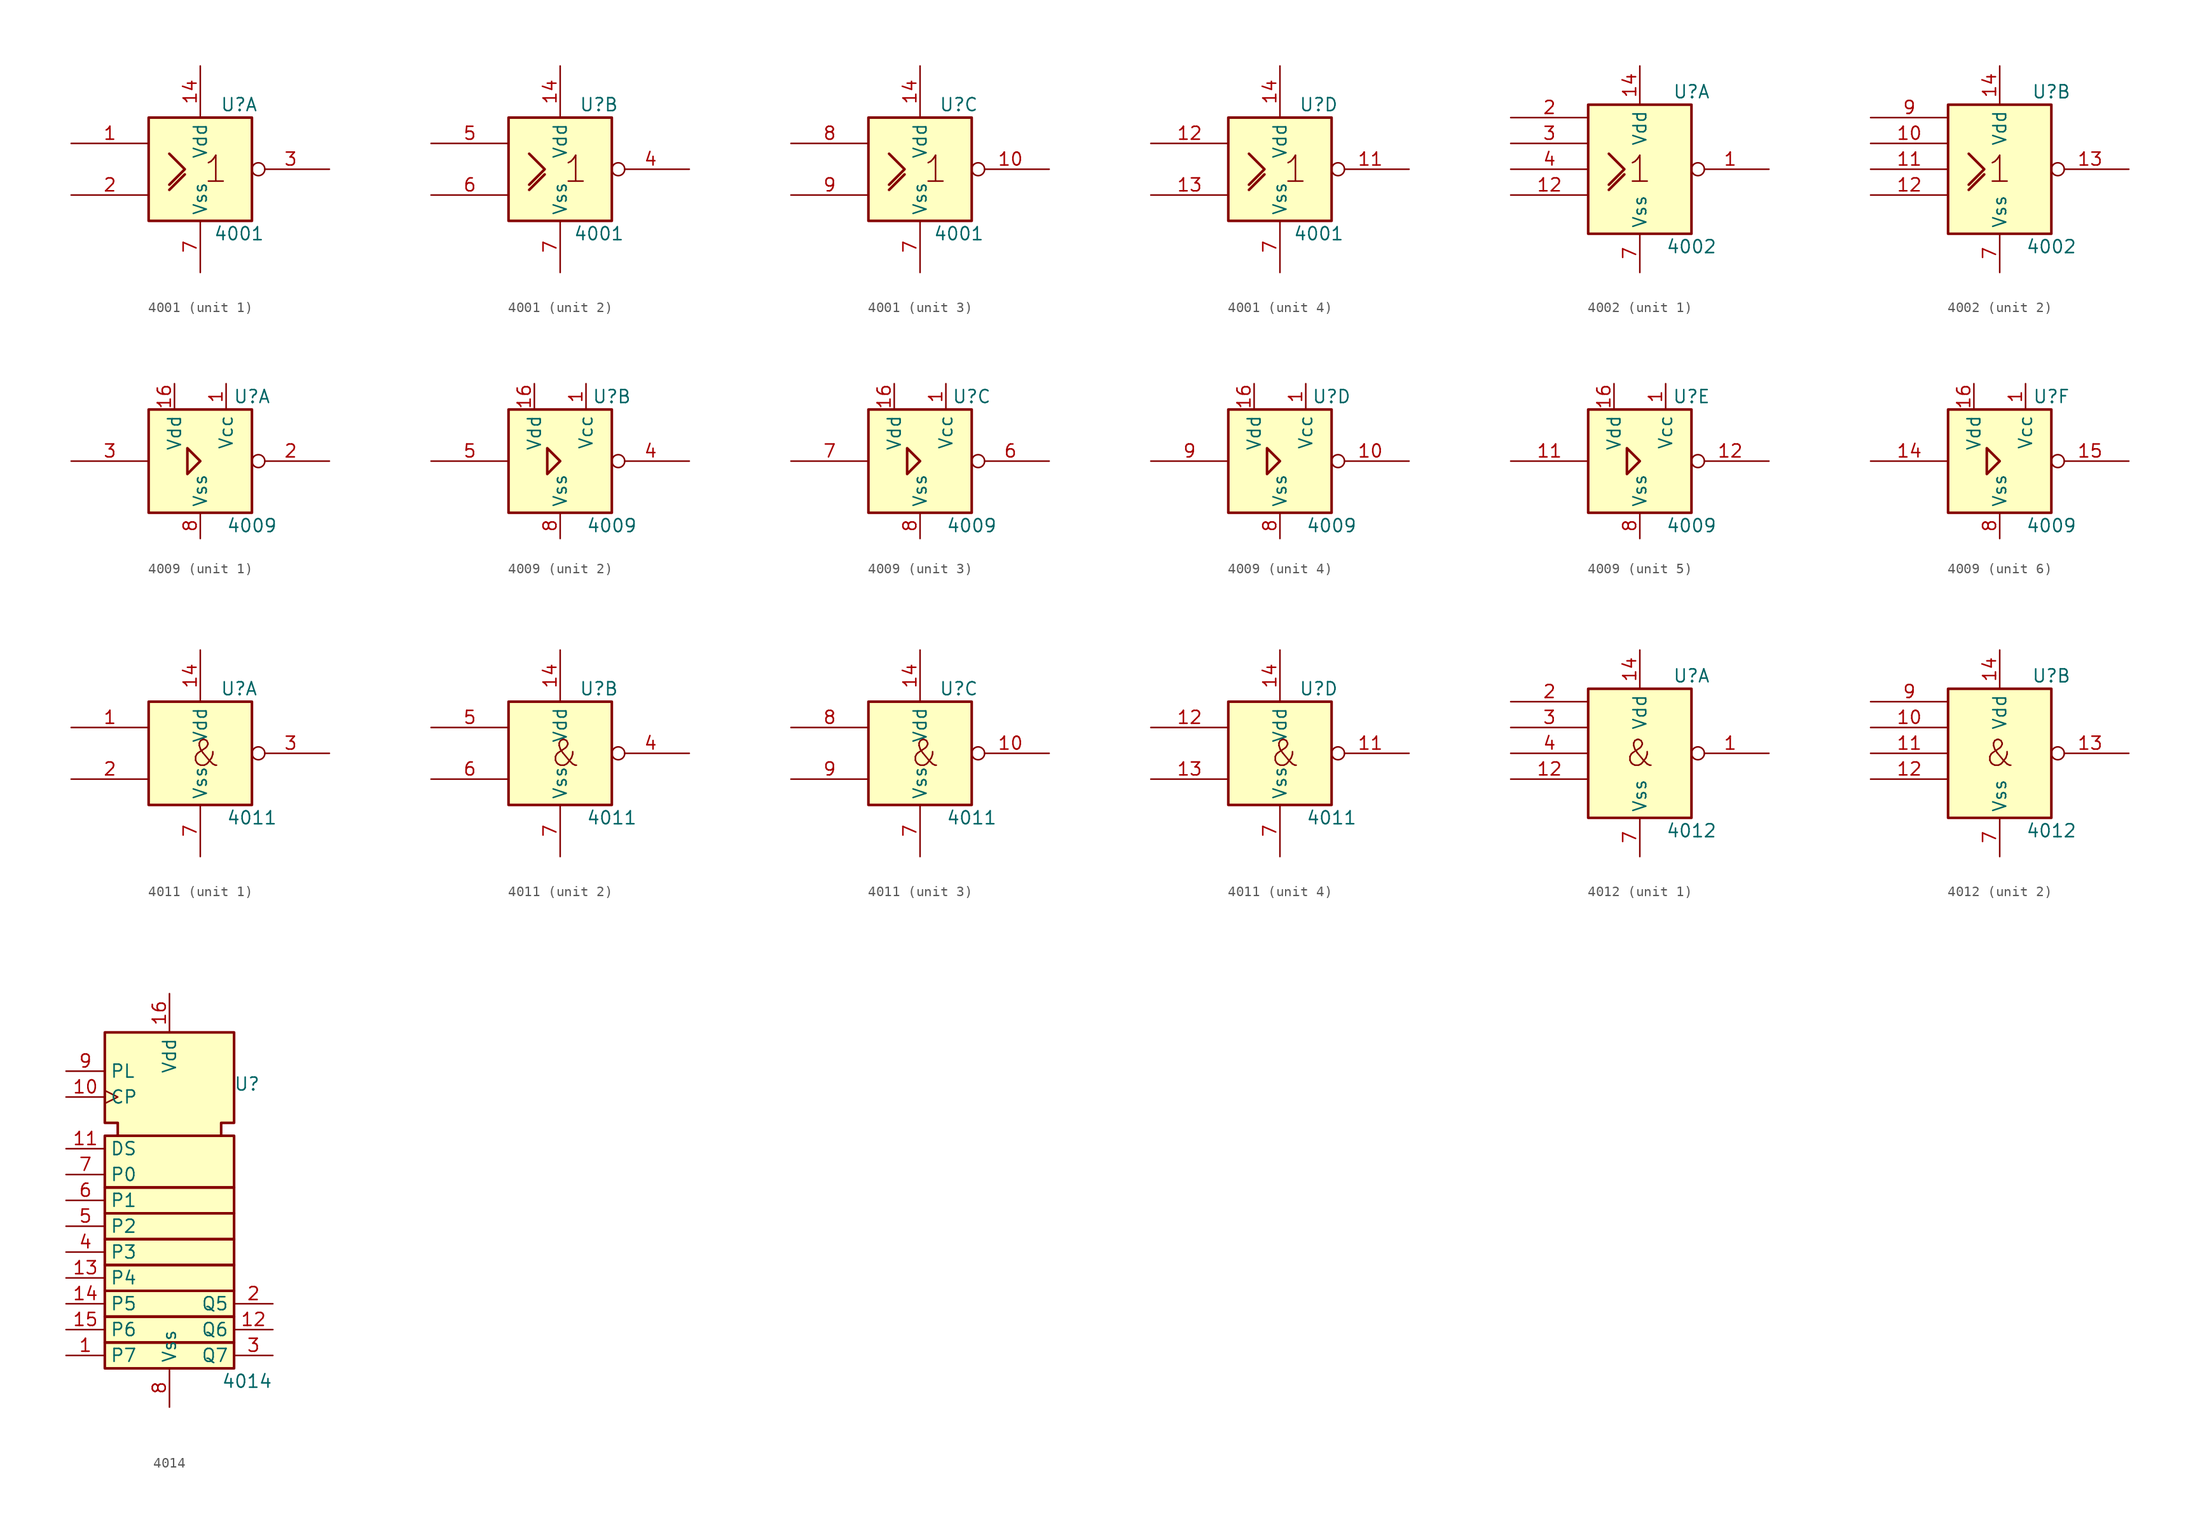
<source format=kicad_sym>
(kicad_symbol_lib
  (version 20241209)
  (generator "kicad_symbol_editor")
  (generator_version "9.0")
  (symbol "4001"
    (property "Reference" "U"
      (at 3.81 6.35 0)
      (effects (font (size 1.27 1.27))))
    (property "Value" "4001"
      (at 3.81 -6.35 0)
      (effects (font (size 1.27 1.27))))
    (symbol "4001_0_0"
      (rectangle (start -5.08 5.08) (end 5.08 -5.08) (stroke (width 0.254) (type default)) (fill (type background)))
      (text "1" (at 1.524 0 0) (effects (font (size 2.54 2.54))))
      (pin power_in line (at 0 10.16 270) (length 5.08) (name "Vdd" (effects (font (size 1.27 1.27)))) (number "14" (effects (font (size 1.27 1.27)))))
      (pin power_in line (at 0 -10.16 90) (length 5.08) (name "Vss" (effects (font (size 1.27 1.27)))) (number "7" (effects (font (size 1.27 1.27))))))
    (symbol "4001_0_1"
      (polyline (pts (xy -3.048 1.524) (xy -1.524 0) (xy -3.048 -1.524) (xy -3.048 -1.524)) (stroke (width 0.254) (type default)) (fill (type background)))
      (polyline (pts (xy -3.048 -2.032) (xy -1.524 -0.508) (xy -1.524 -0.508)) (stroke (width 0.254) (type default)) (fill (type background))))
    (symbol "4001_1_1"
      (pin input line (at -12.7 2.54 0) (length 7.62) (name "~" (effects (font (size 1.27 1.27)))) (number "1" (effects (font (size 1.27 1.27)))))
      (pin input line (at -12.7 -2.54 0) (length 7.62) (name "~" (effects (font (size 1.27 1.27)))) (number "2" (effects (font (size 1.27 1.27)))))
      (pin output inverted (at 12.7 0 180) (length 7.62) (name "~" (effects (font (size 1.27 1.27)))) (number "3" (effects (font (size 1.27 1.27))))))
    (symbol "4001_2_1"
      (pin input line (at -12.7 2.54 0) (length 7.62) (name "~" (effects (font (size 1.27 1.27)))) (number "5" (effects (font (size 1.27 1.27)))))
      (pin input line (at -12.7 -2.54 0) (length 7.62) (name "~" (effects (font (size 1.27 1.27)))) (number "6" (effects (font (size 1.27 1.27)))))
      (pin output inverted (at 12.7 0 180) (length 7.62) (name "~" (effects (font (size 1.27 1.27)))) (number "4" (effects (font (size 1.27 1.27))))))
    (symbol "4001_3_1"
      (pin input line (at -12.7 2.54 0) (length 7.62) (name "~" (effects (font (size 1.27 1.27)))) (number "8" (effects (font (size 1.27 1.27)))))
      (pin input line (at -12.7 -2.54 0) (length 7.62) (name "~" (effects (font (size 1.27 1.27)))) (number "9" (effects (font (size 1.27 1.27)))))
      (pin output inverted (at 12.7 0 180) (length 7.62) (name "~" (effects (font (size 1.27 1.27)))) (number "10" (effects (font (size 1.27 1.27))))))
    (symbol "4001_4_1"
      (pin input line (at -12.7 2.54 0) (length 7.62) (name "~" (effects (font (size 1.27 1.27)))) (number "12" (effects (font (size 1.27 1.27)))))
      (pin input line (at -12.7 -2.54 0) (length 7.62) (name "~" (effects (font (size 1.27 1.27)))) (number "13" (effects (font (size 1.27 1.27)))))
      (pin output inverted (at 12.7 0 180) (length 7.62) (name "~" (effects (font (size 1.27 1.27)))) (number "11" (effects (font (size 1.27 1.27)))))))
  (symbol "4002"
    (property "Reference" "U"
      (at 5.08 7.62 0)
      (effects (font (size 1.27 1.27))))
    (property "Value" "4002"
      (at 5.08 -7.62 0)
      (effects (font (size 1.27 1.27))))
    (symbol "4002_0_0"
      (polyline (pts (xy -3.048 1.524) (xy -1.524 0) (xy -3.048 -1.524) (xy -3.048 -1.524)) (stroke (width 0.254) (type default)) (fill (type background)))
      (polyline (pts (xy -3.048 -2.032) (xy -1.524 -0.508) (xy -1.524 -0.508)) (stroke (width 0.254) (type default)) (fill (type background)))
      (text "1" (at 0 0 0) (effects (font (size 2.54 2.54)))))
    (symbol "4002_0_1"
      (rectangle (start -5.08 6.35) (end 5.08 -6.35) (stroke (width 0.254) (type default)) (fill (type background)))
      (pin power_in line (at 0 10.16 270) (length 3.81) (name "Vdd" (effects (font (size 1.27 1.27)))) (number "14" (effects (font (size 1.27 1.27)))))
      (pin power_in line (at 0 -10.16 90) (length 3.81) (name "Vss" (effects (font (size 1.27 1.27)))) (number "7" (effects (font (size 1.27 1.27))))))
    (symbol "4002_1_1"
      (pin input line (at -12.7 5.08 0) (length 7.62) (name "~" (effects (font (size 1.27 1.27)))) (number "2" (effects (font (size 1.27 1.27)))))
      (pin input line (at -12.7 2.54 0) (length 7.62) (name "~" (effects (font (size 1.27 1.27)))) (number "3" (effects (font (size 1.27 1.27)))))
      (pin input line (at -12.7 0 0) (length 7.62) (name "~" (effects (font (size 1.27 1.27)))) (number "4" (effects (font (size 1.27 1.27)))))
      (pin input line (at -12.7 -2.54 0) (length 7.62) (name "~" (effects (font (size 1.27 1.27)))) (number "12" (effects (font (size 1.27 1.27)))))
      (pin output inverted (at 12.7 0 180) (length 7.62) (name "~" (effects (font (size 1.27 1.27)))) (number "1" (effects (font (size 1.27 1.27))))))
    (symbol "4002_2_1"
      (pin input line (at -12.7 5.08 0) (length 7.62) (name "~" (effects (font (size 1.27 1.27)))) (number "9" (effects (font (size 1.27 1.27)))))
      (pin input line (at -12.7 2.54 0) (length 7.62) (name "~" (effects (font (size 1.27 1.27)))) (number "10" (effects (font (size 1.27 1.27)))))
      (pin input line (at -12.7 0 0) (length 7.62) (name "~" (effects (font (size 1.27 1.27)))) (number "11" (effects (font (size 1.27 1.27)))))
      (pin input line (at -12.7 -2.54 0) (length 7.62) (name "~" (effects (font (size 1.27 1.27)))) (number "12" (effects (font (size 1.27 1.27)))))
      (pin output inverted (at 12.7 0 180) (length 7.62) (name "~" (effects (font (size 1.27 1.27)))) (number "13" (effects (font (size 1.27 1.27)))))))
  (symbol "4009"
    (property "Reference" "U"
      (at 5.08 6.35 0)
      (effects (font (size 1.27 1.27))))
    (property "Value" "4009"
      (at 5.08 -6.35 0)
      (effects (font (size 1.27 1.27))))
    (symbol "4009_0_0"
      (rectangle (start -5.08 5.08) (end 5.08 -5.08) (stroke (width 0.254) (type default)) (fill (type background)))
      (polyline (pts (xy -1.27 1.27) (xy -1.27 -1.27) (xy 0 0) (xy -1.27 1.27) (xy -1.27 1.27)) (stroke (width 0.254) (type default)) (fill (type background))))
    (symbol "4009_0_1"
      (pin power_in line (at -2.54 7.62 270) (length 2.54) (name "Vdd" (effects (font (size 1.27 1.27)))) (number "16" (effects (font (size 1.27 1.27)))))
      (pin power_in line (at 0 -7.62 90) (length 2.54) (name "Vss" (effects (font (size 1.27 1.27)))) (number "8" (effects (font (size 1.27 1.27)))))
      (pin power_in line (at 2.54 7.62 270) (length 2.54) (name "Vcc" (effects (font (size 1.27 1.27)))) (number "1" (effects (font (size 1.27 1.27))))))
    (symbol "4009_1_1"
      (pin input line (at -12.7 0 0) (length 7.62) (name "~" (effects (font (size 1.27 1.27)))) (number "3" (effects (font (size 1.27 1.27)))))
      (pin output inverted (at 12.7 0 180) (length 7.62) (name "~" (effects (font (size 1.27 1.27)))) (number "2" (effects (font (size 1.27 1.27))))))
    (symbol "4009_2_1"
      (pin input line (at -12.7 0 0) (length 7.62) (name "~" (effects (font (size 1.27 1.27)))) (number "5" (effects (font (size 1.27 1.27)))))
      (pin output inverted (at 12.7 0 180) (length 7.62) (name "~" (effects (font (size 1.27 1.27)))) (number "4" (effects (font (size 1.27 1.27))))))
    (symbol "4009_3_1"
      (pin input line (at -12.7 0 0) (length 7.62) (name "~" (effects (font (size 1.27 1.27)))) (number "7" (effects (font (size 1.27 1.27)))))
      (pin output inverted (at 12.7 0 180) (length 7.62) (name "~" (effects (font (size 1.27 1.27)))) (number "6" (effects (font (size 1.27 1.27))))))
    (symbol "4009_4_1"
      (pin input line (at -12.7 0 0) (length 7.62) (name "~" (effects (font (size 1.27 1.27)))) (number "9" (effects (font (size 1.27 1.27)))))
      (pin output inverted (at 12.7 0 180) (length 7.62) (name "~" (effects (font (size 1.27 1.27)))) (number "10" (effects (font (size 1.27 1.27))))))
    (symbol "4009_5_1"
      (pin input line (at -12.7 0 0) (length 7.62) (name "~" (effects (font (size 1.27 1.27)))) (number "11" (effects (font (size 1.27 1.27)))))
      (pin output inverted (at 12.7 0 180) (length 7.62) (name "~" (effects (font (size 1.27 1.27)))) (number "12" (effects (font (size 1.27 1.27))))))
    (symbol "4009_6_1"
      (pin input line (at -12.7 0 0) (length 7.62) (name "~" (effects (font (size 1.27 1.27)))) (number "14" (effects (font (size 1.27 1.27)))))
      (pin output inverted (at 12.7 0 180) (length 7.62) (name "~" (effects (font (size 1.27 1.27)))) (number "15" (effects (font (size 1.27 1.27)))))))
  (symbol "4011"
    (property "Reference" "U"
      (at 3.81 6.35 0)
      (effects (font (size 1.27 1.27))))
    (property "Value" "4011"
      (at 5.08 -6.35 0)
      (effects (font (size 1.27 1.27))))
    (symbol "4011_0_0"
      (rectangle (start -5.08 5.08) (end 5.08 -5.08) (stroke (width 0.254) (type default)) (fill (type background)))
      (text "&" (at 0.508 0 0) (effects (font (size 2.54 2.54)))))
    (symbol "4011_0_1"
      (pin power_in line (at 0 10.16 270) (length 5.08) (name "Vdd" (effects (font (size 1.27 1.27)))) (number "14" (effects (font (size 1.27 1.27)))))
      (pin power_in line (at 0 -10.16 90) (length 5.08) (name "Vss" (effects (font (size 1.27 1.27)))) (number "7" (effects (font (size 1.27 1.27))))))
    (symbol "4011_1_1"
      (pin input line (at -12.7 2.54 0) (length 7.62) (name "~" (effects (font (size 1.27 1.27)))) (number "1" (effects (font (size 1.27 1.27)))))
      (pin input line (at -12.7 -2.54 0) (length 7.62) (name "~" (effects (font (size 1.27 1.27)))) (number "2" (effects (font (size 1.27 1.27)))))
      (pin output inverted (at 12.7 0 180) (length 7.62) (name "~" (effects (font (size 1.27 1.27)))) (number "3" (effects (font (size 1.27 1.27))))))
    (symbol "4011_2_1"
      (pin input line (at -12.7 2.54 0) (length 7.62) (name "~" (effects (font (size 1.27 1.27)))) (number "5" (effects (font (size 1.27 1.27)))))
      (pin input line (at -12.7 -2.54 0) (length 7.62) (name "~" (effects (font (size 1.27 1.27)))) (number "6" (effects (font (size 1.27 1.27)))))
      (pin output inverted (at 12.7 0 180) (length 7.62) (name "~" (effects (font (size 1.27 1.27)))) (number "4" (effects (font (size 1.27 1.27))))))
    (symbol "4011_3_1"
      (pin input line (at -12.7 2.54 0) (length 7.62) (name "~" (effects (font (size 1.27 1.27)))) (number "8" (effects (font (size 1.27 1.27)))))
      (pin input line (at -12.7 -2.54 0) (length 7.62) (name "~" (effects (font (size 1.27 1.27)))) (number "9" (effects (font (size 1.27 1.27)))))
      (pin output inverted (at 12.7 0 180) (length 7.62) (name "~" (effects (font (size 1.27 1.27)))) (number "10" (effects (font (size 1.27 1.27))))))
    (symbol "4011_4_1"
      (pin input line (at -12.7 2.54 0) (length 7.62) (name "~" (effects (font (size 1.27 1.27)))) (number "12" (effects (font (size 1.27 1.27)))))
      (pin input line (at -12.7 -2.54 0) (length 7.62) (name "~" (effects (font (size 1.27 1.27)))) (number "13" (effects (font (size 1.27 1.27)))))
      (pin output inverted (at 12.7 0 180) (length 7.62) (name "~" (effects (font (size 1.27 1.27)))) (number "11" (effects (font (size 1.27 1.27)))))))
  (symbol "4012"
    (property "Reference" "U"
      (at 5.08 7.62 0)
      (effects (font (size 1.27 1.27))))
    (property "Value" "4012"
      (at 5.08 -7.62 0)
      (effects (font (size 1.27 1.27))))
    (symbol "4012_0_0"
      (text "&" (at 0 0 0) (effects (font (size 2.54 2.54)))))
    (symbol "4012_0_1"
      (rectangle (start -5.08 6.35) (end 5.08 -6.35) (stroke (width 0.254) (type default)) (fill (type background)))
      (pin power_in line (at 0 10.16 270) (length 3.81) (name "Vdd" (effects (font (size 1.27 1.27)))) (number "14" (effects (font (size 1.27 1.27)))))
      (pin power_in line (at 0 -10.16 90) (length 3.81) (name "Vss" (effects (font (size 1.27 1.27)))) (number "7" (effects (font (size 1.27 1.27))))))
    (symbol "4012_1_1"
      (pin input line (at -12.7 5.08 0) (length 7.62) (name "~" (effects (font (size 1.27 1.27)))) (number "2" (effects (font (size 1.27 1.27)))))
      (pin input line (at -12.7 2.54 0) (length 7.62) (name "~" (effects (font (size 1.27 1.27)))) (number "3" (effects (font (size 1.27 1.27)))))
      (pin input line (at -12.7 0 0) (length 7.62) (name "~" (effects (font (size 1.27 1.27)))) (number "4" (effects (font (size 1.27 1.27)))))
      (pin input line (at -12.7 -2.54 0) (length 7.62) (name "~" (effects (font (size 1.27 1.27)))) (number "12" (effects (font (size 1.27 1.27)))))
      (pin output inverted (at 12.7 0 180) (length 7.62) (name "~" (effects (font (size 1.27 1.27)))) (number "1" (effects (font (size 1.27 1.27))))))
    (symbol "4012_2_1"
      (pin input line (at -12.7 5.08 0) (length 7.62) (name "~" (effects (font (size 1.27 1.27)))) (number "9" (effects (font (size 1.27 1.27)))))
      (pin input line (at -12.7 2.54 0) (length 7.62) (name "~" (effects (font (size 1.27 1.27)))) (number "10" (effects (font (size 1.27 1.27)))))
      (pin input line (at -12.7 0 0) (length 7.62) (name "~" (effects (font (size 1.27 1.27)))) (number "11" (effects (font (size 1.27 1.27)))))
      (pin input line (at -12.7 -2.54 0) (length 7.62) (name "~" (effects (font (size 1.27 1.27)))) (number "12" (effects (font (size 1.27 1.27)))))
      (pin output inverted (at 12.7 0 180) (length 7.62) (name "~" (effects (font (size 1.27 1.27)))) (number "13" (effects (font (size 1.27 1.27)))))))
  (symbol "4014"
    (property "Reference" "U"
      (at 7.62 11.43 0)
      (effects (font (size 1.27 1.27))))
    (property "Value" "4014"
      (at 7.62 -17.78 0)
      (effects (font (size 1.27 1.27))))
    (symbol "4014_0_1"
      (rectangle (start -6.35 6.35) (end 6.35 1.27) (stroke (width 0.254) (type default)) (fill (type background)))
      (rectangle (start -6.35 1.27) (end 6.35 -1.27) (stroke (width 0.254) (type default)) (fill (type background)))
      (rectangle (start -6.35 -1.27) (end 6.35 -3.81) (stroke (width 0.254) (type default)) (fill (type background)))
      (rectangle (start -6.35 -3.81) (end 6.35 -6.35) (stroke (width 0.254) (type default)) (fill (type background)))
      (rectangle (start -6.35 -6.35) (end 6.35 -8.89) (stroke (width 0.254) (type default)) (fill (type background)))
      (rectangle (start -6.35 -8.89) (end 6.35 -11.43) (stroke (width 0.254) (type default)) (fill (type background)))
      (rectangle (start -6.35 -11.43) (end 6.35 -13.97) (stroke (width 0.254) (type default)) (fill (type background)))
      (rectangle (start -6.35 -13.97) (end 6.35 -16.51) (stroke (width 0.254) (type default)) (fill (type background)))
      (polyline (pts (xy -5.08 6.35) (xy -5.08 7.62) (xy -6.35 7.62) (xy -6.35 16.51) (xy 6.35 16.51) (xy 6.35 7.62) (xy 5.08 7.62) (xy 5.08 6.35) (xy 5.08 6.35)) (stroke (width 0.254) (type default)) (fill (type background))))
    (symbol "4014_1_1"
      (pin input line (at -10.16 12.7 0) (length 3.81) (name "PL" (effects (font (size 1.27 1.27)))) (number "9" (effects (font (size 1.27 1.27)))))
      (pin input clock (at -10.16 10.16 0) (length 3.81) (name "CP" (effects (font (size 1.27 1.27)))) (number "10" (effects (font (size 1.27 1.27)))))
      (pin input line (at -10.16 5.08 0) (length 3.81) (name "DS" (effects (font (size 1.27 1.27)))) (number "11" (effects (font (size 1.27 1.27)))))
      (pin input line (at -10.16 2.54 0) (length 3.81) (name "P0" (effects (font (size 1.27 1.27)))) (number "7" (effects (font (size 1.27 1.27)))))
      (pin input line (at -10.16 0 0) (length 3.81) (name "P1" (effects (font (size 1.27 1.27)))) (number "6" (effects (font (size 1.27 1.27)))))
      (pin input line (at -10.16 -2.54 0) (length 3.81) (name "P2" (effects (font (size 1.27 1.27)))) (number "5" (effects (font (size 1.27 1.27)))))
      (pin input line (at -10.16 -5.08 0) (length 3.81) (name "P3" (effects (font (size 1.27 1.27)))) (number "4" (effects (font (size 1.27 1.27)))))
      (pin input line (at -10.16 -7.62 0) (length 3.81) (name "P4" (effects (font (size 1.27 1.27)))) (number "13" (effects (font (size 1.27 1.27)))))
      (pin input line (at -10.16 -10.16 0) (length 3.81) (name "P5" (effects (font (size 1.27 1.27)))) (number "14" (effects (font (size 1.27 1.27)))))
      (pin input line (at -10.16 -12.7 0) (length 3.81) (name "P6" (effects (font (size 1.27 1.27)))) (number "15" (effects (font (size 1.27 1.27)))))
      (pin input line (at -10.16 -15.24 0) (length 3.81) (name "P7" (effects (font (size 1.27 1.27)))) (number "1" (effects (font (size 1.27 1.27)))))
      (pin power_in line (at 0 20.32 270) (length 3.81) (name "Vdd" (effects (font (size 1.27 1.27)))) (number "16" (effects (font (size 1.27 1.27)))))
      (pin power_in line (at 0 -20.32 90) (length 3.81) (name "Vss" (effects (font (size 1.27 1.27)))) (number "8" (effects (font (size 1.27 1.27)))))
      (pin output line (at 10.16 -10.16 180) (length 3.81) (name "Q5" (effects (font (size 1.27 1.27)))) (number "2" (effects (font (size 1.27 1.27)))))
      (pin output line (at 10.16 -12.7 180) (length 3.81) (name "Q6" (effects (font (size 1.27 1.27)))) (number "12" (effects (font (size 1.27 1.27)))))
      (pin output line (at 10.16 -15.24 180) (length 3.81) (name "Q7" (effects (font (size 1.27 1.27)))) (number "3" (effects (font (size 1.27 1.27))))))))
</source>
